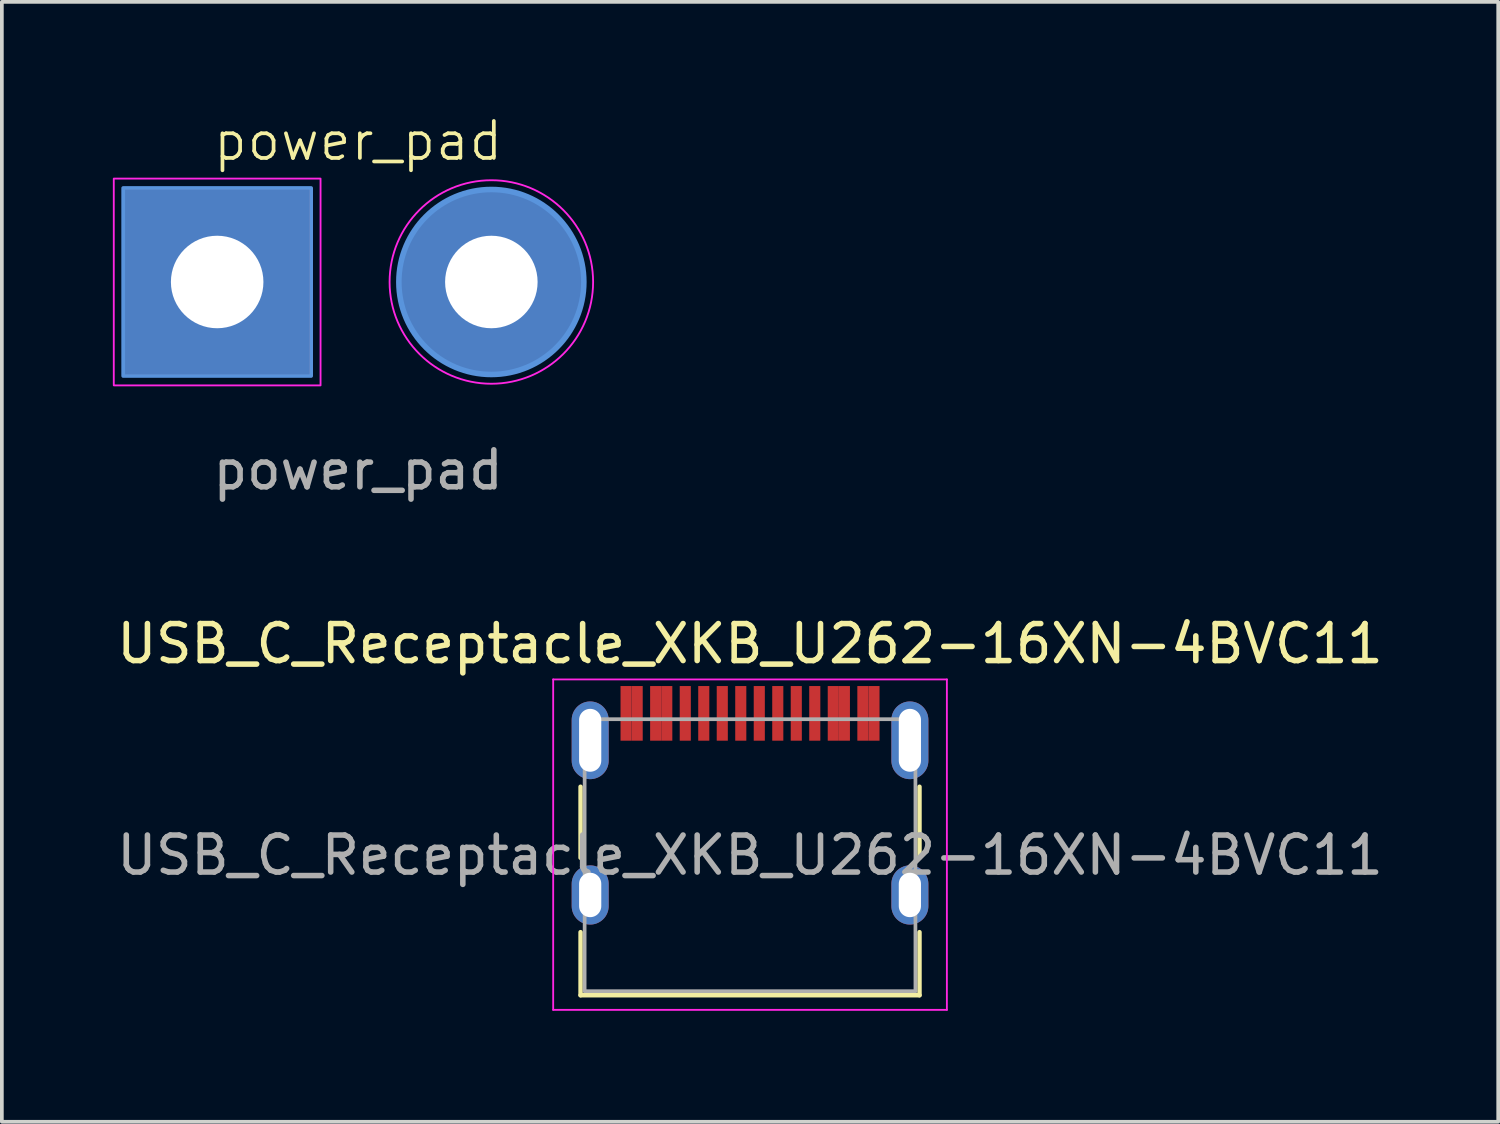
<source format=kicad_pcb>
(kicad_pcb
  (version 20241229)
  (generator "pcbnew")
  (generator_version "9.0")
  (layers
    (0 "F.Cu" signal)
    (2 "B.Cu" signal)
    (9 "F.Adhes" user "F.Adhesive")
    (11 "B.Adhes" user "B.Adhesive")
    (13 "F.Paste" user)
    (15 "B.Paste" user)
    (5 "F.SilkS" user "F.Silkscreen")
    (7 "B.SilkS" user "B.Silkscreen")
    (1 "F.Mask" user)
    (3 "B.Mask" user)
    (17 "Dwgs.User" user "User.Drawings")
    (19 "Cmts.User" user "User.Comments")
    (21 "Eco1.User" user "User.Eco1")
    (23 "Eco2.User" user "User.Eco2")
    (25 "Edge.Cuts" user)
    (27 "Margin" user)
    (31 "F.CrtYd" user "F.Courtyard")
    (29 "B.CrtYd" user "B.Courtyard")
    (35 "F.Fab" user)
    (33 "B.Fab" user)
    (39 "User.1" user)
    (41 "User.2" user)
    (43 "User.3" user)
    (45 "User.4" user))
  (footprint "power_pad"
    (layer "F.Cu")
    (at 6.629 4.571)
    (property "Reference" "power_pad" (at 0 -3.81 0) (unlocked yes) (layer "F.SilkS") (effects (font (size 1 1) (thickness 0.1))))
    (attr through_hole)
    (fp_rect (start -6.35 -2.54) (end -1.27 2.54) (stroke (width 0.1) (type default)) (fill no) (layer "Cmts.User"))
    (fp_circle (center 3.6 0) (end 6.1 0) (stroke (width 0.15) (type solid)) (fill no) (layer "Cmts.User"))
    (fp_rect (start -6.604 -2.794) (end -1.016 2.794) (stroke (width 0.05) (type default)) (fill no) (layer "F.CrtYd"))
    (fp_circle (center 3.6 0) (end 6.35 0) (stroke (width 0.05) (type solid)) (fill no) (layer "F.CrtYd"))
    (fp_text user "${REFERENCE}" (at 0 5.08 0) (unlocked yes) (layer "F.Fab") (effects (font (size 1 1) (thickness 0.15))))
    (pad "1" thru_hole rect (at -3.81 0) (size 5 5) (drill 2.5) (layers "*.Cu" "*.Mask"))
    (pad "2" thru_hole circle (at 3.6 0) (size 5 5) (drill 2.5) (layers "*.Cu" "*.Mask")))
  (footprint "USB_C_Receptacle_XKB_U262-16XN-4BVC11"
    (layer "F.Cu")
    (at 17.22 20.062)
    (property "Reference" "USB_C_Receptacle_XKB_U262-16XN-4BVC11" (at 0 -5.715 0) (layer "F.SilkS") (effects (font (size 1 1) (thickness 0.15))))
    (attr smd)
    (fp_line (start -4.58 -1.85) (end -4.58 0.07) (stroke (width 0.12) (type solid)) (layer "F.SilkS"))
    (fp_line (start -4.58 3.785) (end -4.58 2.08) (stroke (width 0.12) (type solid)) (layer "F.SilkS"))
    (fp_line (start 4.58 0.07) (end 4.58 -1.85) (stroke (width 0.12) (type solid)) (layer "F.SilkS"))
    (fp_line (start 4.58 2.08) (end 4.58 3.785) (stroke (width 0.12) (type solid)) (layer "F.SilkS"))
    (fp_line (start 4.58 3.785) (end -4.58 3.785) (stroke (width 0.12) (type solid)) (layer "F.SilkS"))
    (fp_line (start -5.32 -4.75) (end 5.32 -4.75) (stroke (width 0.05) (type solid)) (layer "F.CrtYd"))
    (fp_line (start -5.32 4.18) (end -5.32 -4.75) (stroke (width 0.05) (type solid)) (layer "F.CrtYd"))
    (fp_line (start 5.32 -4.75) (end 5.32 4.18) (stroke (width 0.05) (type solid)) (layer "F.CrtYd"))
    (fp_line (start 5.32 4.18) (end -5.32 4.18) (stroke (width 0.05) (type solid)) (layer "F.CrtYd"))
    (fp_line (start -4.47 -3.675) (end -4.47 3.675) (stroke (width 0.1) (type solid)) (layer "F.Fab"))
    (fp_line (start -4.47 -3.675) (end 4.47 -3.675) (stroke (width 0.1) (type solid)) (layer "F.Fab"))
    (fp_line (start -4.47 3.675) (end 4.47 3.675) (stroke (width 0.1) (type solid)) (layer "F.Fab"))
    (fp_line (start 4.47 3.675) (end 4.47 -3.675) (stroke (width 0.1) (type solid)) (layer "F.Fab"))
    (fp_text user "${REFERENCE}" (at 0 0 0) (layer "F.Fab") (effects (font (size 1 1) (thickness 0.15))))
    (pad "A1" smd rect (at -3.35 -3.833) (size 0.3 1.477) (layers "F.Cu" "F.Mask" "F.Paste"))
    (pad "A4" smd rect (at -2.55 -3.833) (size 0.3 1.477) (layers "F.Cu" "F.Mask" "F.Paste"))
    (pad "A5" smd rect (at -1.25 -3.833) (size 0.3 1.477) (layers "F.Cu" "F.Mask" "F.Paste"))
    (pad "A6" smd rect (at -0.25 -3.833) (size 0.3 1.477) (layers "F.Cu" "F.Mask" "F.Paste"))
    (pad "A7" smd rect (at 0.25 -3.833) (size 0.3 1.477) (layers "F.Cu" "F.Mask" "F.Paste"))
    (pad "A8" smd rect (at 1.25 -3.833) (size 0.3 1.477) (layers "F.Cu" "F.Mask" "F.Paste"))
    (pad "A9" smd rect (at 2.55 -3.833) (size 0.3 1.477) (layers "F.Cu" "F.Mask" "F.Paste"))
    (pad "A12" smd rect (at 3.35 -3.833) (size 0.3 1.477) (layers "F.Cu" "F.Mask" "F.Paste"))
    (pad "B1" smd rect (at 3.05 -3.833) (size 0.3 1.477) (layers "F.Cu" "F.Mask" "F.Paste"))
    (pad "B4" smd rect (at 2.25 -3.833) (size 0.3 1.477) (layers "F.Cu" "F.Mask" "F.Paste"))
    (pad "B5" smd rect (at 1.75 -3.833) (size 0.3 1.477) (layers "F.Cu" "F.Mask" "F.Paste"))
    (pad "B6" smd rect (at 0.75 -3.833) (size 0.3 1.477) (layers "F.Cu" "F.Mask" "F.Paste"))
    (pad "B7" smd rect (at -0.75 -3.833) (size 0.3 1.477) (layers "F.Cu" "F.Mask" "F.Paste"))
    (pad "B8" smd rect (at -1.75 -3.833) (size 0.3 1.477) (layers "F.Cu" "F.Mask" "F.Paste"))
    (pad "B9" smd rect (at -2.25 -3.833) (size 0.3 1.477) (layers "F.Cu" "F.Mask" "F.Paste"))
    (pad "B12" smd rect (at -3.05 -3.833) (size 0.3 1.477) (layers "F.Cu" "F.Mask" "F.Paste"))
    (pad "S1" thru_hole oval (at -4.32 -3.105) (size 1 2.1) (drill oval 0.6 1.7) (layers "*.Cu" "*.Mask"))
    (pad "S1" thru_hole oval (at -4.32 1.075) (size 1 1.6) (drill oval 0.6 1.2) (layers "*.Cu" "*.Mask"))
    (pad "S1" thru_hole oval (at 4.32 -3.105) (size 1 2.1) (drill oval 0.6 1.7) (layers "*.Cu" "*.Mask"))
    (pad "S1" thru_hole oval (at 4.32 1.075) (size 1 1.6) (drill oval 0.6 1.2) (layers "*.Cu" "*.Mask")))
  (gr_rect
    (start -3 -3)
    (end 37.44 27.267)
    (stroke (width 0.1) (type default))
    (fill no)
    (layer "Edge.Cuts")))
</source>
